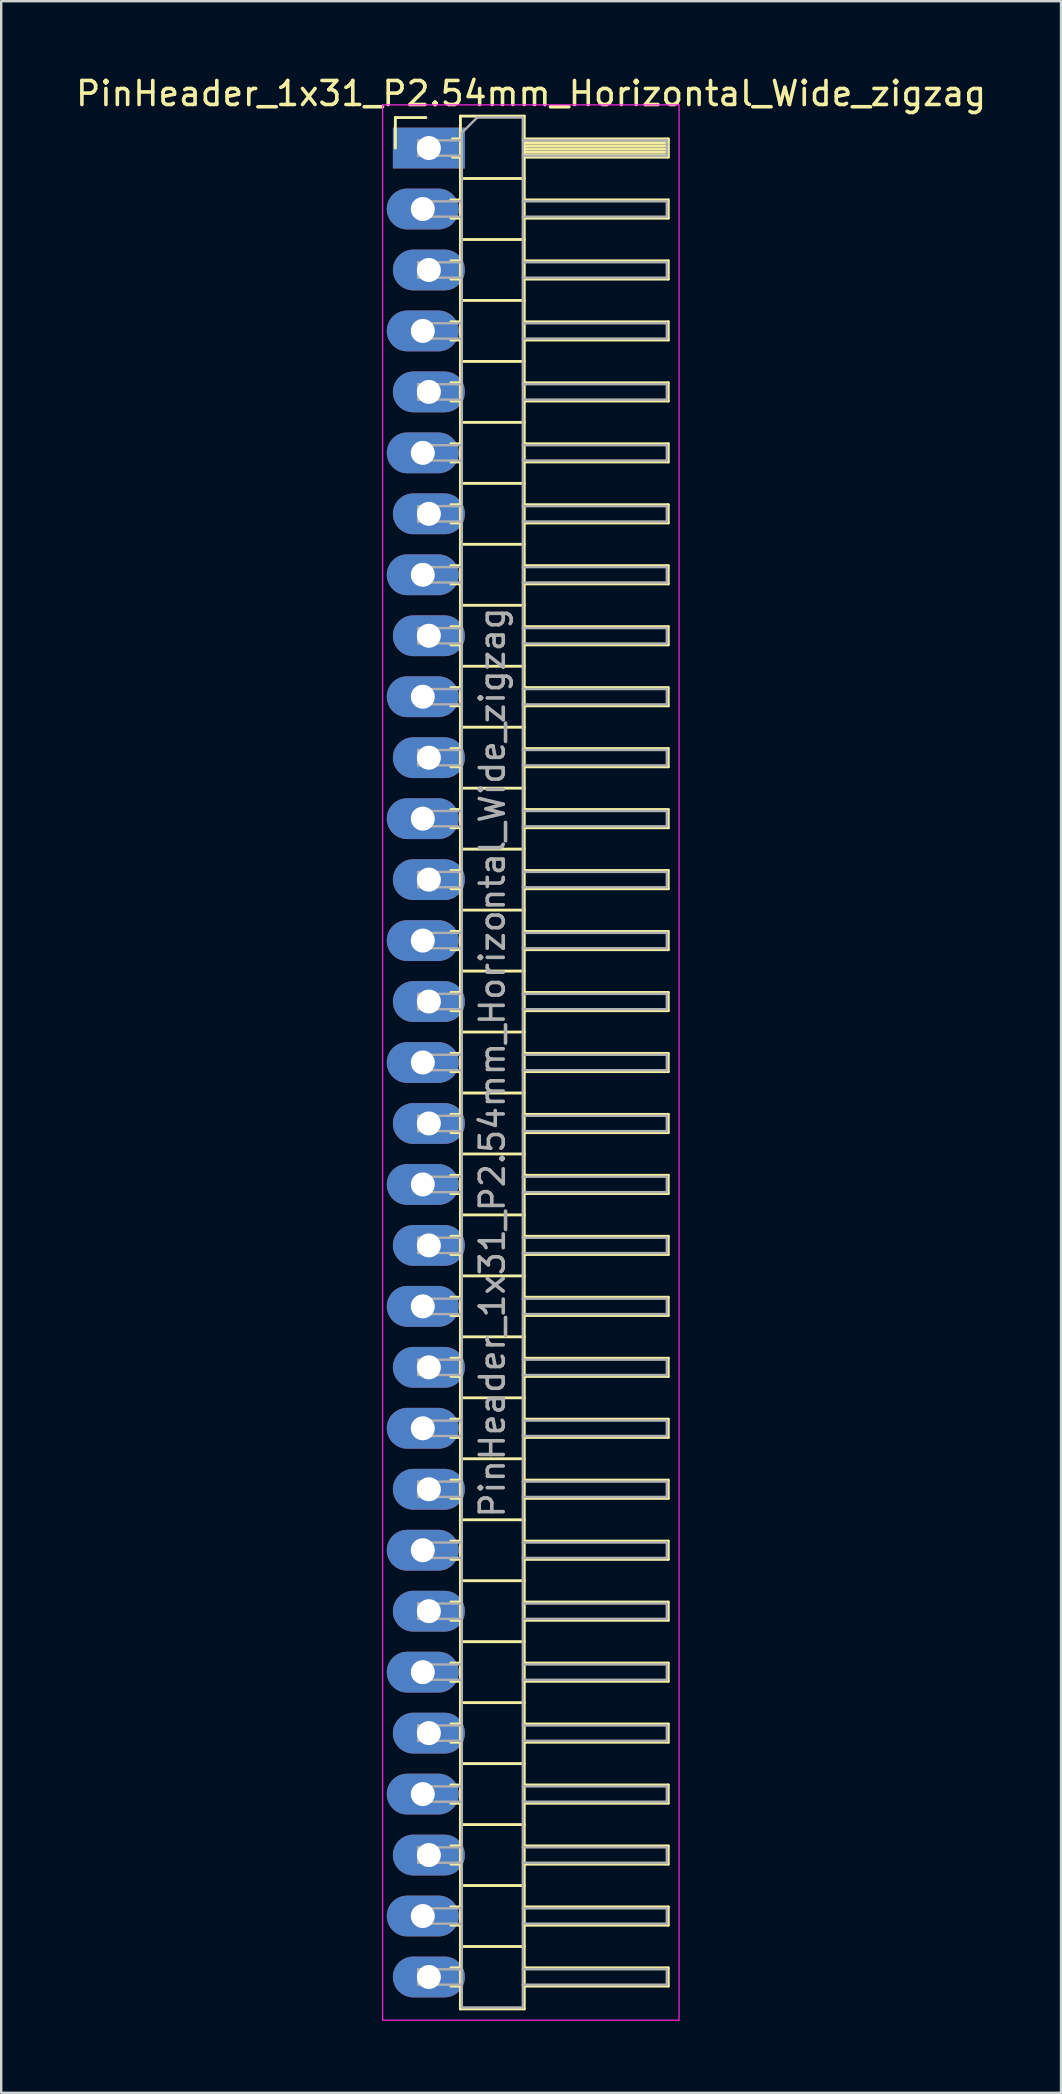
<source format=kicad_pcb>
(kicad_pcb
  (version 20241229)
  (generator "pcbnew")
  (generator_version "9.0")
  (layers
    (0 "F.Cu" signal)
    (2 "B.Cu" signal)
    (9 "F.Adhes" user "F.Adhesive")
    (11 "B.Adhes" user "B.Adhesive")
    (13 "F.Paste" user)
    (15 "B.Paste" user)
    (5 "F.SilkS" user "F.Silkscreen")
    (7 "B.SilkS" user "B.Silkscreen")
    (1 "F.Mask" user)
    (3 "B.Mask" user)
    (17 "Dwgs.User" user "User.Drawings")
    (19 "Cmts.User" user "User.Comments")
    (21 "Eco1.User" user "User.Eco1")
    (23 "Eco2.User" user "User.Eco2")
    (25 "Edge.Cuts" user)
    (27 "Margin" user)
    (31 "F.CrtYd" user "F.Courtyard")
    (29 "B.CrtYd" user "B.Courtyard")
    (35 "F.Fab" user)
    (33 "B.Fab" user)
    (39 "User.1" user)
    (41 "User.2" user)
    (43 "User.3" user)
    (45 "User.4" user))
  (footprint "PinHeader_1x31_P2.54mm_Horizontal_Wide_zigzag"
    (layer "F.Cu")
    (at 14.692 3.118)
    (property "Reference" "PinHeader_1x31_P2.54mm_Horizontal_Wide_zigzag" (at 4.385 -2.27 0) (layer "F.SilkS") (effects (font (size 1 1) (thickness 0.15))))
    (attr through_hole)
    (fp_line (start -1.27 -1.27) (end 0 -1.27) (stroke (width 0.12) (type solid)) (layer "F.SilkS"))
    (fp_line (start -1.27 0) (end -1.27 -1.27) (stroke (width 0.12) (type solid)) (layer "F.SilkS"))
    (fp_line (start 1.043 2.16) (end 1.44 2.16) (stroke (width 0.12) (type solid)) (layer "F.SilkS"))
    (fp_line (start 1.043 2.92) (end 1.44 2.92) (stroke (width 0.12) (type solid)) (layer "F.SilkS"))
    (fp_line (start 1.043 4.7) (end 1.44 4.7) (stroke (width 0.12) (type solid)) (layer "F.SilkS"))
    (fp_line (start 1.043 5.46) (end 1.44 5.46) (stroke (width 0.12) (type solid)) (layer "F.SilkS"))
    (fp_line (start 1.043 7.24) (end 1.44 7.24) (stroke (width 0.12) (type solid)) (layer "F.SilkS"))
    (fp_line (start 1.043 8) (end 1.44 8) (stroke (width 0.12) (type solid)) (layer "F.SilkS"))
    (fp_line (start 1.043 9.78) (end 1.44 9.78) (stroke (width 0.12) (type solid)) (layer "F.SilkS"))
    (fp_line (start 1.043 10.54) (end 1.44 10.54) (stroke (width 0.12) (type solid)) (layer "F.SilkS"))
    (fp_line (start 1.043 12.32) (end 1.44 12.32) (stroke (width 0.12) (type solid)) (layer "F.SilkS"))
    (fp_line (start 1.043 13.08) (end 1.44 13.08) (stroke (width 0.12) (type solid)) (layer "F.SilkS"))
    (fp_line (start 1.043 14.86) (end 1.44 14.86) (stroke (width 0.12) (type solid)) (layer "F.SilkS"))
    (fp_line (start 1.043 15.62) (end 1.44 15.62) (stroke (width 0.12) (type solid)) (layer "F.SilkS"))
    (fp_line (start 1.043 17.4) (end 1.44 17.4) (stroke (width 0.12) (type solid)) (layer "F.SilkS"))
    (fp_line (start 1.043 18.16) (end 1.44 18.16) (stroke (width 0.12) (type solid)) (layer "F.SilkS"))
    (fp_line (start 1.043 19.94) (end 1.44 19.94) (stroke (width 0.12) (type solid)) (layer "F.SilkS"))
    (fp_line (start 1.043 20.7) (end 1.44 20.7) (stroke (width 0.12) (type solid)) (layer "F.SilkS"))
    (fp_line (start 1.043 22.48) (end 1.44 22.48) (stroke (width 0.12) (type solid)) (layer "F.SilkS"))
    (fp_line (start 1.043 23.24) (end 1.44 23.24) (stroke (width 0.12) (type solid)) (layer "F.SilkS"))
    (fp_line (start 1.043 25.02) (end 1.44 25.02) (stroke (width 0.12) (type solid)) (layer "F.SilkS"))
    (fp_line (start 1.043 25.78) (end 1.44 25.78) (stroke (width 0.12) (type solid)) (layer "F.SilkS"))
    (fp_line (start 1.043 27.56) (end 1.44 27.56) (stroke (width 0.12) (type solid)) (layer "F.SilkS"))
    (fp_line (start 1.043 28.32) (end 1.44 28.32) (stroke (width 0.12) (type solid)) (layer "F.SilkS"))
    (fp_line (start 1.043 30.1) (end 1.44 30.1) (stroke (width 0.12) (type solid)) (layer "F.SilkS"))
    (fp_line (start 1.043 30.86) (end 1.44 30.86) (stroke (width 0.12) (type solid)) (layer "F.SilkS"))
    (fp_line (start 1.043 32.64) (end 1.44 32.64) (stroke (width 0.12) (type solid)) (layer "F.SilkS"))
    (fp_line (start 1.043 33.4) (end 1.44 33.4) (stroke (width 0.12) (type solid)) (layer "F.SilkS"))
    (fp_line (start 1.043 35.18) (end 1.44 35.18) (stroke (width 0.12) (type solid)) (layer "F.SilkS"))
    (fp_line (start 1.043 35.94) (end 1.44 35.94) (stroke (width 0.12) (type solid)) (layer "F.SilkS"))
    (fp_line (start 1.043 37.72) (end 1.44 37.72) (stroke (width 0.12) (type solid)) (layer "F.SilkS"))
    (fp_line (start 1.043 38.48) (end 1.44 38.48) (stroke (width 0.12) (type solid)) (layer "F.SilkS"))
    (fp_line (start 1.043 40.26) (end 1.44 40.26) (stroke (width 0.12) (type solid)) (layer "F.SilkS"))
    (fp_line (start 1.043 41.02) (end 1.44 41.02) (stroke (width 0.12) (type solid)) (layer "F.SilkS"))
    (fp_line (start 1.043 42.8) (end 1.44 42.8) (stroke (width 0.12) (type solid)) (layer "F.SilkS"))
    (fp_line (start 1.043 43.56) (end 1.44 43.56) (stroke (width 0.12) (type solid)) (layer "F.SilkS"))
    (fp_line (start 1.043 45.34) (end 1.44 45.34) (stroke (width 0.12) (type solid)) (layer "F.SilkS"))
    (fp_line (start 1.043 46.1) (end 1.44 46.1) (stroke (width 0.12) (type solid)) (layer "F.SilkS"))
    (fp_line (start 1.043 47.88) (end 1.44 47.88) (stroke (width 0.12) (type solid)) (layer "F.SilkS"))
    (fp_line (start 1.043 48.64) (end 1.44 48.64) (stroke (width 0.12) (type solid)) (layer "F.SilkS"))
    (fp_line (start 1.043 50.42) (end 1.44 50.42) (stroke (width 0.12) (type solid)) (layer "F.SilkS"))
    (fp_line (start 1.043 51.18) (end 1.44 51.18) (stroke (width 0.12) (type solid)) (layer "F.SilkS"))
    (fp_line (start 1.043 52.96) (end 1.44 52.96) (stroke (width 0.12) (type solid)) (layer "F.SilkS"))
    (fp_line (start 1.043 53.72) (end 1.44 53.72) (stroke (width 0.12) (type solid)) (layer "F.SilkS"))
    (fp_line (start 1.043 55.5) (end 1.44 55.5) (stroke (width 0.12) (type solid)) (layer "F.SilkS"))
    (fp_line (start 1.043 56.26) (end 1.44 56.26) (stroke (width 0.12) (type solid)) (layer "F.SilkS"))
    (fp_line (start 1.043 58.04) (end 1.44 58.04) (stroke (width 0.12) (type solid)) (layer "F.SilkS"))
    (fp_line (start 1.043 58.8) (end 1.44 58.8) (stroke (width 0.12) (type solid)) (layer "F.SilkS"))
    (fp_line (start 1.043 60.58) (end 1.44 60.58) (stroke (width 0.12) (type solid)) (layer "F.SilkS"))
    (fp_line (start 1.043 61.34) (end 1.44 61.34) (stroke (width 0.12) (type solid)) (layer "F.SilkS"))
    (fp_line (start 1.043 63.12) (end 1.44 63.12) (stroke (width 0.12) (type solid)) (layer "F.SilkS"))
    (fp_line (start 1.043 63.88) (end 1.44 63.88) (stroke (width 0.12) (type solid)) (layer "F.SilkS"))
    (fp_line (start 1.043 65.66) (end 1.44 65.66) (stroke (width 0.12) (type solid)) (layer "F.SilkS"))
    (fp_line (start 1.043 66.42) (end 1.44 66.42) (stroke (width 0.12) (type solid)) (layer "F.SilkS"))
    (fp_line (start 1.043 68.2) (end 1.44 68.2) (stroke (width 0.12) (type solid)) (layer "F.SilkS"))
    (fp_line (start 1.043 68.96) (end 1.44 68.96) (stroke (width 0.12) (type solid)) (layer "F.SilkS"))
    (fp_line (start 1.043 70.74) (end 1.44 70.74) (stroke (width 0.12) (type solid)) (layer "F.SilkS"))
    (fp_line (start 1.043 71.5) (end 1.44 71.5) (stroke (width 0.12) (type solid)) (layer "F.SilkS"))
    (fp_line (start 1.043 73.28) (end 1.44 73.28) (stroke (width 0.12) (type solid)) (layer "F.SilkS"))
    (fp_line (start 1.043 74.04) (end 1.44 74.04) (stroke (width 0.12) (type solid)) (layer "F.SilkS"))
    (fp_line (start 1.043 75.82) (end 1.44 75.82) (stroke (width 0.12) (type solid)) (layer "F.SilkS"))
    (fp_line (start 1.043 76.58) (end 1.44 76.58) (stroke (width 0.12) (type solid)) (layer "F.SilkS"))
    (fp_line (start 1.11 -0.38) (end 1.44 -0.38) (stroke (width 0.12) (type solid)) (layer "F.SilkS"))
    (fp_line (start 1.11 0.38) (end 1.44 0.38) (stroke (width 0.12) (type solid)) (layer "F.SilkS"))
    (fp_line (start 1.44 -1.33) (end 1.44 77.53) (stroke (width 0.12) (type solid)) (layer "F.SilkS"))
    (fp_line (start 1.44 1.27) (end 4.1 1.27) (stroke (width 0.12) (type solid)) (layer "F.SilkS"))
    (fp_line (start 1.44 3.81) (end 4.1 3.81) (stroke (width 0.12) (type solid)) (layer "F.SilkS"))
    (fp_line (start 1.44 6.35) (end 4.1 6.35) (stroke (width 0.12) (type solid)) (layer "F.SilkS"))
    (fp_line (start 1.44 8.89) (end 4.1 8.89) (stroke (width 0.12) (type solid)) (layer "F.SilkS"))
    (fp_line (start 1.44 11.43) (end 4.1 11.43) (stroke (width 0.12) (type solid)) (layer "F.SilkS"))
    (fp_line (start 1.44 13.97) (end 4.1 13.97) (stroke (width 0.12) (type solid)) (layer "F.SilkS"))
    (fp_line (start 1.44 16.51) (end 4.1 16.51) (stroke (width 0.12) (type solid)) (layer "F.SilkS"))
    (fp_line (start 1.44 19.05) (end 4.1 19.05) (stroke (width 0.12) (type solid)) (layer "F.SilkS"))
    (fp_line (start 1.44 21.59) (end 4.1 21.59) (stroke (width 0.12) (type solid)) (layer "F.SilkS"))
    (fp_line (start 1.44 24.13) (end 4.1 24.13) (stroke (width 0.12) (type solid)) (layer "F.SilkS"))
    (fp_line (start 1.44 26.67) (end 4.1 26.67) (stroke (width 0.12) (type solid)) (layer "F.SilkS"))
    (fp_line (start 1.44 29.21) (end 4.1 29.21) (stroke (width 0.12) (type solid)) (layer "F.SilkS"))
    (fp_line (start 1.44 31.75) (end 4.1 31.75) (stroke (width 0.12) (type solid)) (layer "F.SilkS"))
    (fp_line (start 1.44 34.29) (end 4.1 34.29) (stroke (width 0.12) (type solid)) (layer "F.SilkS"))
    (fp_line (start 1.44 36.83) (end 4.1 36.83) (stroke (width 0.12) (type solid)) (layer "F.SilkS"))
    (fp_line (start 1.44 39.37) (end 4.1 39.37) (stroke (width 0.12) (type solid)) (layer "F.SilkS"))
    (fp_line (start 1.44 41.91) (end 4.1 41.91) (stroke (width 0.12) (type solid)) (layer "F.SilkS"))
    (fp_line (start 1.44 44.45) (end 4.1 44.45) (stroke (width 0.12) (type solid)) (layer "F.SilkS"))
    (fp_line (start 1.44 46.99) (end 4.1 46.99) (stroke (width 0.12) (type solid)) (layer "F.SilkS"))
    (fp_line (start 1.44 49.53) (end 4.1 49.53) (stroke (width 0.12) (type solid)) (layer "F.SilkS"))
    (fp_line (start 1.44 52.07) (end 4.1 52.07) (stroke (width 0.12) (type solid)) (layer "F.SilkS"))
    (fp_line (start 1.44 54.61) (end 4.1 54.61) (stroke (width 0.12) (type solid)) (layer "F.SilkS"))
    (fp_line (start 1.44 57.15) (end 4.1 57.15) (stroke (width 0.12) (type solid)) (layer "F.SilkS"))
    (fp_line (start 1.44 59.69) (end 4.1 59.69) (stroke (width 0.12) (type solid)) (layer "F.SilkS"))
    (fp_line (start 1.44 62.23) (end 4.1 62.23) (stroke (width 0.12) (type solid)) (layer "F.SilkS"))
    (fp_line (start 1.44 64.77) (end 4.1 64.77) (stroke (width 0.12) (type solid)) (layer "F.SilkS"))
    (fp_line (start 1.44 67.31) (end 4.1 67.31) (stroke (width 0.12) (type solid)) (layer "F.SilkS"))
    (fp_line (start 1.44 69.85) (end 4.1 69.85) (stroke (width 0.12) (type solid)) (layer "F.SilkS"))
    (fp_line (start 1.44 72.39) (end 4.1 72.39) (stroke (width 0.12) (type solid)) (layer "F.SilkS"))
    (fp_line (start 1.44 74.93) (end 4.1 74.93) (stroke (width 0.12) (type solid)) (layer "F.SilkS"))
    (fp_line (start 1.44 77.53) (end 4.1 77.53) (stroke (width 0.12) (type solid)) (layer "F.SilkS"))
    (fp_line (start 4.1 -1.33) (end 1.44 -1.33) (stroke (width 0.12) (type solid)) (layer "F.SilkS"))
    (fp_line (start 4.1 -0.38) (end 10.1 -0.38) (stroke (width 0.12) (type solid)) (layer "F.SilkS"))
    (fp_line (start 4.1 -0.32) (end 10.1 -0.32) (stroke (width 0.12) (type solid)) (layer "F.SilkS"))
    (fp_line (start 4.1 -0.2) (end 10.1 -0.2) (stroke (width 0.12) (type solid)) (layer "F.SilkS"))
    (fp_line (start 4.1 -0.08) (end 10.1 -0.08) (stroke (width 0.12) (type solid)) (layer "F.SilkS"))
    (fp_line (start 4.1 0.04) (end 10.1 0.04) (stroke (width 0.12) (type solid)) (layer "F.SilkS"))
    (fp_line (start 4.1 0.16) (end 10.1 0.16) (stroke (width 0.12) (type solid)) (layer "F.SilkS"))
    (fp_line (start 4.1 0.28) (end 10.1 0.28) (stroke (width 0.12) (type solid)) (layer "F.SilkS"))
    (fp_line (start 4.1 2.16) (end 10.1 2.16) (stroke (width 0.12) (type solid)) (layer "F.SilkS"))
    (fp_line (start 4.1 4.7) (end 10.1 4.7) (stroke (width 0.12) (type solid)) (layer "F.SilkS"))
    (fp_line (start 4.1 7.24) (end 10.1 7.24) (stroke (width 0.12) (type solid)) (layer "F.SilkS"))
    (fp_line (start 4.1 9.78) (end 10.1 9.78) (stroke (width 0.12) (type solid)) (layer "F.SilkS"))
    (fp_line (start 4.1 12.32) (end 10.1 12.32) (stroke (width 0.12) (type solid)) (layer "F.SilkS"))
    (fp_line (start 4.1 14.86) (end 10.1 14.86) (stroke (width 0.12) (type solid)) (layer "F.SilkS"))
    (fp_line (start 4.1 17.4) (end 10.1 17.4) (stroke (width 0.12) (type solid)) (layer "F.SilkS"))
    (fp_line (start 4.1 19.94) (end 10.1 19.94) (stroke (width 0.12) (type solid)) (layer "F.SilkS"))
    (fp_line (start 4.1 22.48) (end 10.1 22.48) (stroke (width 0.12) (type solid)) (layer "F.SilkS"))
    (fp_line (start 4.1 25.02) (end 10.1 25.02) (stroke (width 0.12) (type solid)) (layer "F.SilkS"))
    (fp_line (start 4.1 27.56) (end 10.1 27.56) (stroke (width 0.12) (type solid)) (layer "F.SilkS"))
    (fp_line (start 4.1 30.1) (end 10.1 30.1) (stroke (width 0.12) (type solid)) (layer "F.SilkS"))
    (fp_line (start 4.1 32.64) (end 10.1 32.64) (stroke (width 0.12) (type solid)) (layer "F.SilkS"))
    (fp_line (start 4.1 35.18) (end 10.1 35.18) (stroke (width 0.12) (type solid)) (layer "F.SilkS"))
    (fp_line (start 4.1 37.72) (end 10.1 37.72) (stroke (width 0.12) (type solid)) (layer "F.SilkS"))
    (fp_line (start 4.1 40.26) (end 10.1 40.26) (stroke (width 0.12) (type solid)) (layer "F.SilkS"))
    (fp_line (start 4.1 42.8) (end 10.1 42.8) (stroke (width 0.12) (type solid)) (layer "F.SilkS"))
    (fp_line (start 4.1 45.34) (end 10.1 45.34) (stroke (width 0.12) (type solid)) (layer "F.SilkS"))
    (fp_line (start 4.1 47.88) (end 10.1 47.88) (stroke (width 0.12) (type solid)) (layer "F.SilkS"))
    (fp_line (start 4.1 50.42) (end 10.1 50.42) (stroke (width 0.12) (type solid)) (layer "F.SilkS"))
    (fp_line (start 4.1 52.96) (end 10.1 52.96) (stroke (width 0.12) (type solid)) (layer "F.SilkS"))
    (fp_line (start 4.1 55.5) (end 10.1 55.5) (stroke (width 0.12) (type solid)) (layer "F.SilkS"))
    (fp_line (start 4.1 58.04) (end 10.1 58.04) (stroke (width 0.12) (type solid)) (layer "F.SilkS"))
    (fp_line (start 4.1 60.58) (end 10.1 60.58) (stroke (width 0.12) (type solid)) (layer "F.SilkS"))
    (fp_line (start 4.1 63.12) (end 10.1 63.12) (stroke (width 0.12) (type solid)) (layer "F.SilkS"))
    (fp_line (start 4.1 65.66) (end 10.1 65.66) (stroke (width 0.12) (type solid)) (layer "F.SilkS"))
    (fp_line (start 4.1 68.2) (end 10.1 68.2) (stroke (width 0.12) (type solid)) (layer "F.SilkS"))
    (fp_line (start 4.1 70.74) (end 10.1 70.74) (stroke (width 0.12) (type solid)) (layer "F.SilkS"))
    (fp_line (start 4.1 73.28) (end 10.1 73.28) (stroke (width 0.12) (type solid)) (layer "F.SilkS"))
    (fp_line (start 4.1 75.82) (end 10.1 75.82) (stroke (width 0.12) (type solid)) (layer "F.SilkS"))
    (fp_line (start 4.1 77.53) (end 4.1 -1.33) (stroke (width 0.12) (type solid)) (layer "F.SilkS"))
    (fp_line (start 10.1 -0.38) (end 10.1 0.38) (stroke (width 0.12) (type solid)) (layer "F.SilkS"))
    (fp_line (start 10.1 0.38) (end 4.1 0.38) (stroke (width 0.12) (type solid)) (layer "F.SilkS"))
    (fp_line (start 10.1 2.16) (end 10.1 2.92) (stroke (width 0.12) (type solid)) (layer "F.SilkS"))
    (fp_line (start 10.1 2.92) (end 4.1 2.92) (stroke (width 0.12) (type solid)) (layer "F.SilkS"))
    (fp_line (start 10.1 4.7) (end 10.1 5.46) (stroke (width 0.12) (type solid)) (layer "F.SilkS"))
    (fp_line (start 10.1 5.46) (end 4.1 5.46) (stroke (width 0.12) (type solid)) (layer "F.SilkS"))
    (fp_line (start 10.1 7.24) (end 10.1 8) (stroke (width 0.12) (type solid)) (layer "F.SilkS"))
    (fp_line (start 10.1 8) (end 4.1 8) (stroke (width 0.12) (type solid)) (layer "F.SilkS"))
    (fp_line (start 10.1 9.78) (end 10.1 10.54) (stroke (width 0.12) (type solid)) (layer "F.SilkS"))
    (fp_line (start 10.1 10.54) (end 4.1 10.54) (stroke (width 0.12) (type solid)) (layer "F.SilkS"))
    (fp_line (start 10.1 12.32) (end 10.1 13.08) (stroke (width 0.12) (type solid)) (layer "F.SilkS"))
    (fp_line (start 10.1 13.08) (end 4.1 13.08) (stroke (width 0.12) (type solid)) (layer "F.SilkS"))
    (fp_line (start 10.1 14.86) (end 10.1 15.62) (stroke (width 0.12) (type solid)) (layer "F.SilkS"))
    (fp_line (start 10.1 15.62) (end 4.1 15.62) (stroke (width 0.12) (type solid)) (layer "F.SilkS"))
    (fp_line (start 10.1 17.4) (end 10.1 18.16) (stroke (width 0.12) (type solid)) (layer "F.SilkS"))
    (fp_line (start 10.1 18.16) (end 4.1 18.16) (stroke (width 0.12) (type solid)) (layer "F.SilkS"))
    (fp_line (start 10.1 19.94) (end 10.1 20.7) (stroke (width 0.12) (type solid)) (layer "F.SilkS"))
    (fp_line (start 10.1 20.7) (end 4.1 20.7) (stroke (width 0.12) (type solid)) (layer "F.SilkS"))
    (fp_line (start 10.1 22.48) (end 10.1 23.24) (stroke (width 0.12) (type solid)) (layer "F.SilkS"))
    (fp_line (start 10.1 23.24) (end 4.1 23.24) (stroke (width 0.12) (type solid)) (layer "F.SilkS"))
    (fp_line (start 10.1 25.02) (end 10.1 25.78) (stroke (width 0.12) (type solid)) (layer "F.SilkS"))
    (fp_line (start 10.1 25.78) (end 4.1 25.78) (stroke (width 0.12) (type solid)) (layer "F.SilkS"))
    (fp_line (start 10.1 27.56) (end 10.1 28.32) (stroke (width 0.12) (type solid)) (layer "F.SilkS"))
    (fp_line (start 10.1 28.32) (end 4.1 28.32) (stroke (width 0.12) (type solid)) (layer "F.SilkS"))
    (fp_line (start 10.1 30.1) (end 10.1 30.86) (stroke (width 0.12) (type solid)) (layer "F.SilkS"))
    (fp_line (start 10.1 30.86) (end 4.1 30.86) (stroke (width 0.12) (type solid)) (layer "F.SilkS"))
    (fp_line (start 10.1 32.64) (end 10.1 33.4) (stroke (width 0.12) (type solid)) (layer "F.SilkS"))
    (fp_line (start 10.1 33.4) (end 4.1 33.4) (stroke (width 0.12) (type solid)) (layer "F.SilkS"))
    (fp_line (start 10.1 35.18) (end 10.1 35.94) (stroke (width 0.12) (type solid)) (layer "F.SilkS"))
    (fp_line (start 10.1 35.94) (end 4.1 35.94) (stroke (width 0.12) (type solid)) (layer "F.SilkS"))
    (fp_line (start 10.1 37.72) (end 10.1 38.48) (stroke (width 0.12) (type solid)) (layer "F.SilkS"))
    (fp_line (start 10.1 38.48) (end 4.1 38.48) (stroke (width 0.12) (type solid)) (layer "F.SilkS"))
    (fp_line (start 10.1 40.26) (end 10.1 41.02) (stroke (width 0.12) (type solid)) (layer "F.SilkS"))
    (fp_line (start 10.1 41.02) (end 4.1 41.02) (stroke (width 0.12) (type solid)) (layer "F.SilkS"))
    (fp_line (start 10.1 42.8) (end 10.1 43.56) (stroke (width 0.12) (type solid)) (layer "F.SilkS"))
    (fp_line (start 10.1 43.56) (end 4.1 43.56) (stroke (width 0.12) (type solid)) (layer "F.SilkS"))
    (fp_line (start 10.1 45.34) (end 10.1 46.1) (stroke (width 0.12) (type solid)) (layer "F.SilkS"))
    (fp_line (start 10.1 46.1) (end 4.1 46.1) (stroke (width 0.12) (type solid)) (layer "F.SilkS"))
    (fp_line (start 10.1 47.88) (end 10.1 48.64) (stroke (width 0.12) (type solid)) (layer "F.SilkS"))
    (fp_line (start 10.1 48.64) (end 4.1 48.64) (stroke (width 0.12) (type solid)) (layer "F.SilkS"))
    (fp_line (start 10.1 50.42) (end 10.1 51.18) (stroke (width 0.12) (type solid)) (layer "F.SilkS"))
    (fp_line (start 10.1 51.18) (end 4.1 51.18) (stroke (width 0.12) (type solid)) (layer "F.SilkS"))
    (fp_line (start 10.1 52.96) (end 10.1 53.72) (stroke (width 0.12) (type solid)) (layer "F.SilkS"))
    (fp_line (start 10.1 53.72) (end 4.1 53.72) (stroke (width 0.12) (type solid)) (layer "F.SilkS"))
    (fp_line (start 10.1 55.5) (end 10.1 56.26) (stroke (width 0.12) (type solid)) (layer "F.SilkS"))
    (fp_line (start 10.1 56.26) (end 4.1 56.26) (stroke (width 0.12) (type solid)) (layer "F.SilkS"))
    (fp_line (start 10.1 58.04) (end 10.1 58.8) (stroke (width 0.12) (type solid)) (layer "F.SilkS"))
    (fp_line (start 10.1 58.8) (end 4.1 58.8) (stroke (width 0.12) (type solid)) (layer "F.SilkS"))
    (fp_line (start 10.1 60.58) (end 10.1 61.34) (stroke (width 0.12) (type solid)) (layer "F.SilkS"))
    (fp_line (start 10.1 61.34) (end 4.1 61.34) (stroke (width 0.12) (type solid)) (layer "F.SilkS"))
    (fp_line (start 10.1 63.12) (end 10.1 63.88) (stroke (width 0.12) (type solid)) (layer "F.SilkS"))
    (fp_line (start 10.1 63.88) (end 4.1 63.88) (stroke (width 0.12) (type solid)) (layer "F.SilkS"))
    (fp_line (start 10.1 65.66) (end 10.1 66.42) (stroke (width 0.12) (type solid)) (layer "F.SilkS"))
    (fp_line (start 10.1 66.42) (end 4.1 66.42) (stroke (width 0.12) (type solid)) (layer "F.SilkS"))
    (fp_line (start 10.1 68.2) (end 10.1 68.96) (stroke (width 0.12) (type solid)) (layer "F.SilkS"))
    (fp_line (start 10.1 68.96) (end 4.1 68.96) (stroke (width 0.12) (type solid)) (layer "F.SilkS"))
    (fp_line (start 10.1 70.74) (end 10.1 71.5) (stroke (width 0.12) (type solid)) (layer "F.SilkS"))
    (fp_line (start 10.1 71.5) (end 4.1 71.5) (stroke (width 0.12) (type solid)) (layer "F.SilkS"))
    (fp_line (start 10.1 73.28) (end 10.1 74.04) (stroke (width 0.12) (type solid)) (layer "F.SilkS"))
    (fp_line (start 10.1 74.04) (end 4.1 74.04) (stroke (width 0.12) (type solid)) (layer "F.SilkS"))
    (fp_line (start 10.1 75.82) (end 10.1 76.58) (stroke (width 0.12) (type solid)) (layer "F.SilkS"))
    (fp_line (start 10.1 76.58) (end 4.1 76.58) (stroke (width 0.12) (type solid)) (layer "F.SilkS"))
    (fp_line (start -1.8 -1.8) (end -1.8 78) (stroke (width 0.05) (type solid)) (layer "F.CrtYd"))
    (fp_line (start -1.8 78) (end 10.55 78) (stroke (width 0.05) (type solid)) (layer "F.CrtYd"))
    (fp_line (start 10.55 -1.8) (end -1.8 -1.8) (stroke (width 0.05) (type solid)) (layer "F.CrtYd"))
    (fp_line (start 10.55 78) (end 10.55 -1.8) (stroke (width 0.05) (type solid)) (layer "F.CrtYd"))
    (fp_line (start -0.32 -0.32) (end -0.32 0.32) (stroke (width 0.1) (type solid)) (layer "F.Fab"))
    (fp_line (start -0.32 -0.32) (end 1.5 -0.32) (stroke (width 0.1) (type solid)) (layer "F.Fab"))
    (fp_line (start -0.32 0.32) (end 1.5 0.32) (stroke (width 0.1) (type solid)) (layer "F.Fab"))
    (fp_line (start -0.32 2.22) (end -0.32 2.86) (stroke (width 0.1) (type solid)) (layer "F.Fab"))
    (fp_line (start -0.32 2.22) (end 1.5 2.22) (stroke (width 0.1) (type solid)) (layer "F.Fab"))
    (fp_line (start -0.32 2.86) (end 1.5 2.86) (stroke (width 0.1) (type solid)) (layer "F.Fab"))
    (fp_line (start -0.32 4.76) (end -0.32 5.4) (stroke (width 0.1) (type solid)) (layer "F.Fab"))
    (fp_line (start -0.32 4.76) (end 1.5 4.76) (stroke (width 0.1) (type solid)) (layer "F.Fab"))
    (fp_line (start -0.32 5.4) (end 1.5 5.4) (stroke (width 0.1) (type solid)) (layer "F.Fab"))
    (fp_line (start -0.32 7.3) (end -0.32 7.94) (stroke (width 0.1) (type solid)) (layer "F.Fab"))
    (fp_line (start -0.32 7.3) (end 1.5 7.3) (stroke (width 0.1) (type solid)) (layer "F.Fab"))
    (fp_line (start -0.32 7.94) (end 1.5 7.94) (stroke (width 0.1) (type solid)) (layer "F.Fab"))
    (fp_line (start -0.32 9.84) (end -0.32 10.48) (stroke (width 0.1) (type solid)) (layer "F.Fab"))
    (fp_line (start -0.32 9.84) (end 1.5 9.84) (stroke (width 0.1) (type solid)) (layer "F.Fab"))
    (fp_line (start -0.32 10.48) (end 1.5 10.48) (stroke (width 0.1) (type solid)) (layer "F.Fab"))
    (fp_line (start -0.32 12.38) (end -0.32 13.02) (stroke (width 0.1) (type solid)) (layer "F.Fab"))
    (fp_line (start -0.32 12.38) (end 1.5 12.38) (stroke (width 0.1) (type solid)) (layer "F.Fab"))
    (fp_line (start -0.32 13.02) (end 1.5 13.02) (stroke (width 0.1) (type solid)) (layer "F.Fab"))
    (fp_line (start -0.32 14.92) (end -0.32 15.56) (stroke (width 0.1) (type solid)) (layer "F.Fab"))
    (fp_line (start -0.32 14.92) (end 1.5 14.92) (stroke (width 0.1) (type solid)) (layer "F.Fab"))
    (fp_line (start -0.32 15.56) (end 1.5 15.56) (stroke (width 0.1) (type solid)) (layer "F.Fab"))
    (fp_line (start -0.32 17.46) (end -0.32 18.1) (stroke (width 0.1) (type solid)) (layer "F.Fab"))
    (fp_line (start -0.32 17.46) (end 1.5 17.46) (stroke (width 0.1) (type solid)) (layer "F.Fab"))
    (fp_line (start -0.32 18.1) (end 1.5 18.1) (stroke (width 0.1) (type solid)) (layer "F.Fab"))
    (fp_line (start -0.32 20) (end -0.32 20.64) (stroke (width 0.1) (type solid)) (layer "F.Fab"))
    (fp_line (start -0.32 20) (end 1.5 20) (stroke (width 0.1) (type solid)) (layer "F.Fab"))
    (fp_line (start -0.32 20.64) (end 1.5 20.64) (stroke (width 0.1) (type solid)) (layer "F.Fab"))
    (fp_line (start -0.32 22.54) (end -0.32 23.18) (stroke (width 0.1) (type solid)) (layer "F.Fab"))
    (fp_line (start -0.32 22.54) (end 1.5 22.54) (stroke (width 0.1) (type solid)) (layer "F.Fab"))
    (fp_line (start -0.32 23.18) (end 1.5 23.18) (stroke (width 0.1) (type solid)) (layer "F.Fab"))
    (fp_line (start -0.32 25.08) (end -0.32 25.72) (stroke (width 0.1) (type solid)) (layer "F.Fab"))
    (fp_line (start -0.32 25.08) (end 1.5 25.08) (stroke (width 0.1) (type solid)) (layer "F.Fab"))
    (fp_line (start -0.32 25.72) (end 1.5 25.72) (stroke (width 0.1) (type solid)) (layer "F.Fab"))
    (fp_line (start -0.32 27.62) (end -0.32 28.26) (stroke (width 0.1) (type solid)) (layer "F.Fab"))
    (fp_line (start -0.32 27.62) (end 1.5 27.62) (stroke (width 0.1) (type solid)) (layer "F.Fab"))
    (fp_line (start -0.32 28.26) (end 1.5 28.26) (stroke (width 0.1) (type solid)) (layer "F.Fab"))
    (fp_line (start -0.32 30.16) (end -0.32 30.8) (stroke (width 0.1) (type solid)) (layer "F.Fab"))
    (fp_line (start -0.32 30.16) (end 1.5 30.16) (stroke (width 0.1) (type solid)) (layer "F.Fab"))
    (fp_line (start -0.32 30.8) (end 1.5 30.8) (stroke (width 0.1) (type solid)) (layer "F.Fab"))
    (fp_line (start -0.32 32.7) (end -0.32 33.34) (stroke (width 0.1) (type solid)) (layer "F.Fab"))
    (fp_line (start -0.32 32.7) (end 1.5 32.7) (stroke (width 0.1) (type solid)) (layer "F.Fab"))
    (fp_line (start -0.32 33.34) (end 1.5 33.34) (stroke (width 0.1) (type solid)) (layer "F.Fab"))
    (fp_line (start -0.32 35.24) (end -0.32 35.88) (stroke (width 0.1) (type solid)) (layer "F.Fab"))
    (fp_line (start -0.32 35.24) (end 1.5 35.24) (stroke (width 0.1) (type solid)) (layer "F.Fab"))
    (fp_line (start -0.32 35.88) (end 1.5 35.88) (stroke (width 0.1) (type solid)) (layer "F.Fab"))
    (fp_line (start -0.32 37.78) (end -0.32 38.42) (stroke (width 0.1) (type solid)) (layer "F.Fab"))
    (fp_line (start -0.32 37.78) (end 1.5 37.78) (stroke (width 0.1) (type solid)) (layer "F.Fab"))
    (fp_line (start -0.32 38.42) (end 1.5 38.42) (stroke (width 0.1) (type solid)) (layer "F.Fab"))
    (fp_line (start -0.32 40.32) (end -0.32 40.96) (stroke (width 0.1) (type solid)) (layer "F.Fab"))
    (fp_line (start -0.32 40.32) (end 1.5 40.32) (stroke (width 0.1) (type solid)) (layer "F.Fab"))
    (fp_line (start -0.32 40.96) (end 1.5 40.96) (stroke (width 0.1) (type solid)) (layer "F.Fab"))
    (fp_line (start -0.32 42.86) (end -0.32 43.5) (stroke (width 0.1) (type solid)) (layer "F.Fab"))
    (fp_line (start -0.32 42.86) (end 1.5 42.86) (stroke (width 0.1) (type solid)) (layer "F.Fab"))
    (fp_line (start -0.32 43.5) (end 1.5 43.5) (stroke (width 0.1) (type solid)) (layer "F.Fab"))
    (fp_line (start -0.32 45.4) (end -0.32 46.04) (stroke (width 0.1) (type solid)) (layer "F.Fab"))
    (fp_line (start -0.32 45.4) (end 1.5 45.4) (stroke (width 0.1) (type solid)) (layer "F.Fab"))
    (fp_line (start -0.32 46.04) (end 1.5 46.04) (stroke (width 0.1) (type solid)) (layer "F.Fab"))
    (fp_line (start -0.32 47.94) (end -0.32 48.58) (stroke (width 0.1) (type solid)) (layer "F.Fab"))
    (fp_line (start -0.32 47.94) (end 1.5 47.94) (stroke (width 0.1) (type solid)) (layer "F.Fab"))
    (fp_line (start -0.32 48.58) (end 1.5 48.58) (stroke (width 0.1) (type solid)) (layer "F.Fab"))
    (fp_line (start -0.32 50.48) (end -0.32 51.12) (stroke (width 0.1) (type solid)) (layer "F.Fab"))
    (fp_line (start -0.32 50.48) (end 1.5 50.48) (stroke (width 0.1) (type solid)) (layer "F.Fab"))
    (fp_line (start -0.32 51.12) (end 1.5 51.12) (stroke (width 0.1) (type solid)) (layer "F.Fab"))
    (fp_line (start -0.32 53.02) (end -0.32 53.66) (stroke (width 0.1) (type solid)) (layer "F.Fab"))
    (fp_line (start -0.32 53.02) (end 1.5 53.02) (stroke (width 0.1) (type solid)) (layer "F.Fab"))
    (fp_line (start -0.32 53.66) (end 1.5 53.66) (stroke (width 0.1) (type solid)) (layer "F.Fab"))
    (fp_line (start -0.32 55.56) (end -0.32 56.2) (stroke (width 0.1) (type solid)) (layer "F.Fab"))
    (fp_line (start -0.32 55.56) (end 1.5 55.56) (stroke (width 0.1) (type solid)) (layer "F.Fab"))
    (fp_line (start -0.32 56.2) (end 1.5 56.2) (stroke (width 0.1) (type solid)) (layer "F.Fab"))
    (fp_line (start -0.32 58.1) (end -0.32 58.74) (stroke (width 0.1) (type solid)) (layer "F.Fab"))
    (fp_line (start -0.32 58.1) (end 1.5 58.1) (stroke (width 0.1) (type solid)) (layer "F.Fab"))
    (fp_line (start -0.32 58.74) (end 1.5 58.74) (stroke (width 0.1) (type solid)) (layer "F.Fab"))
    (fp_line (start -0.32 60.64) (end -0.32 61.28) (stroke (width 0.1) (type solid)) (layer "F.Fab"))
    (fp_line (start -0.32 60.64) (end 1.5 60.64) (stroke (width 0.1) (type solid)) (layer "F.Fab"))
    (fp_line (start -0.32 61.28) (end 1.5 61.28) (stroke (width 0.1) (type solid)) (layer "F.Fab"))
    (fp_line (start -0.32 63.18) (end -0.32 63.82) (stroke (width 0.1) (type solid)) (layer "F.Fab"))
    (fp_line (start -0.32 63.18) (end 1.5 63.18) (stroke (width 0.1) (type solid)) (layer "F.Fab"))
    (fp_line (start -0.32 63.82) (end 1.5 63.82) (stroke (width 0.1) (type solid)) (layer "F.Fab"))
    (fp_line (start -0.32 65.72) (end -0.32 66.36) (stroke (width 0.1) (type solid)) (layer "F.Fab"))
    (fp_line (start -0.32 65.72) (end 1.5 65.72) (stroke (width 0.1) (type solid)) (layer "F.Fab"))
    (fp_line (start -0.32 66.36) (end 1.5 66.36) (stroke (width 0.1) (type solid)) (layer "F.Fab"))
    (fp_line (start -0.32 68.26) (end -0.32 68.9) (stroke (width 0.1) (type solid)) (layer "F.Fab"))
    (fp_line (start -0.32 68.26) (end 1.5 68.26) (stroke (width 0.1) (type solid)) (layer "F.Fab"))
    (fp_line (start -0.32 68.9) (end 1.5 68.9) (stroke (width 0.1) (type solid)) (layer "F.Fab"))
    (fp_line (start -0.32 70.8) (end -0.32 71.44) (stroke (width 0.1) (type solid)) (layer "F.Fab"))
    (fp_line (start -0.32 70.8) (end 1.5 70.8) (stroke (width 0.1) (type solid)) (layer "F.Fab"))
    (fp_line (start -0.32 71.44) (end 1.5 71.44) (stroke (width 0.1) (type solid)) (layer "F.Fab"))
    (fp_line (start -0.32 73.34) (end -0.32 73.98) (stroke (width 0.1) (type solid)) (layer "F.Fab"))
    (fp_line (start -0.32 73.34) (end 1.5 73.34) (stroke (width 0.1) (type solid)) (layer "F.Fab"))
    (fp_line (start -0.32 73.98) (end 1.5 73.98) (stroke (width 0.1) (type solid)) (layer "F.Fab"))
    (fp_line (start -0.32 75.88) (end -0.32 76.52) (stroke (width 0.1) (type solid)) (layer "F.Fab"))
    (fp_line (start -0.32 75.88) (end 1.5 75.88) (stroke (width 0.1) (type solid)) (layer "F.Fab"))
    (fp_line (start -0.32 76.52) (end 1.5 76.52) (stroke (width 0.1) (type solid)) (layer "F.Fab"))
    (fp_line (start 1.5 -0.635) (end 2.135 -1.27) (stroke (width 0.1) (type solid)) (layer "F.Fab"))
    (fp_line (start 1.5 77.47) (end 1.5 -0.635) (stroke (width 0.1) (type solid)) (layer "F.Fab"))
    (fp_line (start 2.135 -1.27) (end 4.04 -1.27) (stroke (width 0.1) (type solid)) (layer "F.Fab"))
    (fp_line (start 4.04 -1.27) (end 4.04 77.47) (stroke (width 0.1) (type solid)) (layer "F.Fab"))
    (fp_line (start 4.04 -0.32) (end 10.04 -0.32) (stroke (width 0.1) (type solid)) (layer "F.Fab"))
    (fp_line (start 4.04 0.32) (end 10.04 0.32) (stroke (width 0.1) (type solid)) (layer "F.Fab"))
    (fp_line (start 4.04 2.22) (end 10.04 2.22) (stroke (width 0.1) (type solid)) (layer "F.Fab"))
    (fp_line (start 4.04 2.86) (end 10.04 2.86) (stroke (width 0.1) (type solid)) (layer "F.Fab"))
    (fp_line (start 4.04 4.76) (end 10.04 4.76) (stroke (width 0.1) (type solid)) (layer "F.Fab"))
    (fp_line (start 4.04 5.4) (end 10.04 5.4) (stroke (width 0.1) (type solid)) (layer "F.Fab"))
    (fp_line (start 4.04 7.3) (end 10.04 7.3) (stroke (width 0.1) (type solid)) (layer "F.Fab"))
    (fp_line (start 4.04 7.94) (end 10.04 7.94) (stroke (width 0.1) (type solid)) (layer "F.Fab"))
    (fp_line (start 4.04 9.84) (end 10.04 9.84) (stroke (width 0.1) (type solid)) (layer "F.Fab"))
    (fp_line (start 4.04 10.48) (end 10.04 10.48) (stroke (width 0.1) (type solid)) (layer "F.Fab"))
    (fp_line (start 4.04 12.38) (end 10.04 12.38) (stroke (width 0.1) (type solid)) (layer "F.Fab"))
    (fp_line (start 4.04 13.02) (end 10.04 13.02) (stroke (width 0.1) (type solid)) (layer "F.Fab"))
    (fp_line (start 4.04 14.92) (end 10.04 14.92) (stroke (width 0.1) (type solid)) (layer "F.Fab"))
    (fp_line (start 4.04 15.56) (end 10.04 15.56) (stroke (width 0.1) (type solid)) (layer "F.Fab"))
    (fp_line (start 4.04 17.46) (end 10.04 17.46) (stroke (width 0.1) (type solid)) (layer "F.Fab"))
    (fp_line (start 4.04 18.1) (end 10.04 18.1) (stroke (width 0.1) (type solid)) (layer "F.Fab"))
    (fp_line (start 4.04 20) (end 10.04 20) (stroke (width 0.1) (type solid)) (layer "F.Fab"))
    (fp_line (start 4.04 20.64) (end 10.04 20.64) (stroke (width 0.1) (type solid)) (layer "F.Fab"))
    (fp_line (start 4.04 22.54) (end 10.04 22.54) (stroke (width 0.1) (type solid)) (layer "F.Fab"))
    (fp_line (start 4.04 23.18) (end 10.04 23.18) (stroke (width 0.1) (type solid)) (layer "F.Fab"))
    (fp_line (start 4.04 25.08) (end 10.04 25.08) (stroke (width 0.1) (type solid)) (layer "F.Fab"))
    (fp_line (start 4.04 25.72) (end 10.04 25.72) (stroke (width 0.1) (type solid)) (layer "F.Fab"))
    (fp_line (start 4.04 27.62) (end 10.04 27.62) (stroke (width 0.1) (type solid)) (layer "F.Fab"))
    (fp_line (start 4.04 28.26) (end 10.04 28.26) (stroke (width 0.1) (type solid)) (layer "F.Fab"))
    (fp_line (start 4.04 30.16) (end 10.04 30.16) (stroke (width 0.1) (type solid)) (layer "F.Fab"))
    (fp_line (start 4.04 30.8) (end 10.04 30.8) (stroke (width 0.1) (type solid)) (layer "F.Fab"))
    (fp_line (start 4.04 32.7) (end 10.04 32.7) (stroke (width 0.1) (type solid)) (layer "F.Fab"))
    (fp_line (start 4.04 33.34) (end 10.04 33.34) (stroke (width 0.1) (type solid)) (layer "F.Fab"))
    (fp_line (start 4.04 35.24) (end 10.04 35.24) (stroke (width 0.1) (type solid)) (layer "F.Fab"))
    (fp_line (start 4.04 35.88) (end 10.04 35.88) (stroke (width 0.1) (type solid)) (layer "F.Fab"))
    (fp_line (start 4.04 37.78) (end 10.04 37.78) (stroke (width 0.1) (type solid)) (layer "F.Fab"))
    (fp_line (start 4.04 38.42) (end 10.04 38.42) (stroke (width 0.1) (type solid)) (layer "F.Fab"))
    (fp_line (start 4.04 40.32) (end 10.04 40.32) (stroke (width 0.1) (type solid)) (layer "F.Fab"))
    (fp_line (start 4.04 40.96) (end 10.04 40.96) (stroke (width 0.1) (type solid)) (layer "F.Fab"))
    (fp_line (start 4.04 42.86) (end 10.04 42.86) (stroke (width 0.1) (type solid)) (layer "F.Fab"))
    (fp_line (start 4.04 43.5) (end 10.04 43.5) (stroke (width 0.1) (type solid)) (layer "F.Fab"))
    (fp_line (start 4.04 45.4) (end 10.04 45.4) (stroke (width 0.1) (type solid)) (layer "F.Fab"))
    (fp_line (start 4.04 46.04) (end 10.04 46.04) (stroke (width 0.1) (type solid)) (layer "F.Fab"))
    (fp_line (start 4.04 47.94) (end 10.04 47.94) (stroke (width 0.1) (type solid)) (layer "F.Fab"))
    (fp_line (start 4.04 48.58) (end 10.04 48.58) (stroke (width 0.1) (type solid)) (layer "F.Fab"))
    (fp_line (start 4.04 50.48) (end 10.04 50.48) (stroke (width 0.1) (type solid)) (layer "F.Fab"))
    (fp_line (start 4.04 51.12) (end 10.04 51.12) (stroke (width 0.1) (type solid)) (layer "F.Fab"))
    (fp_line (start 4.04 53.02) (end 10.04 53.02) (stroke (width 0.1) (type solid)) (layer "F.Fab"))
    (fp_line (start 4.04 53.66) (end 10.04 53.66) (stroke (width 0.1) (type solid)) (layer "F.Fab"))
    (fp_line (start 4.04 55.56) (end 10.04 55.56) (stroke (width 0.1) (type solid)) (layer "F.Fab"))
    (fp_line (start 4.04 56.2) (end 10.04 56.2) (stroke (width 0.1) (type solid)) (layer "F.Fab"))
    (fp_line (start 4.04 58.1) (end 10.04 58.1) (stroke (width 0.1) (type solid)) (layer "F.Fab"))
    (fp_line (start 4.04 58.74) (end 10.04 58.74) (stroke (width 0.1) (type solid)) (layer "F.Fab"))
    (fp_line (start 4.04 60.64) (end 10.04 60.64) (stroke (width 0.1) (type solid)) (layer "F.Fab"))
    (fp_line (start 4.04 61.28) (end 10.04 61.28) (stroke (width 0.1) (type solid)) (layer "F.Fab"))
    (fp_line (start 4.04 63.18) (end 10.04 63.18) (stroke (width 0.1) (type solid)) (layer "F.Fab"))
    (fp_line (start 4.04 63.82) (end 10.04 63.82) (stroke (width 0.1) (type solid)) (layer "F.Fab"))
    (fp_line (start 4.04 65.72) (end 10.04 65.72) (stroke (width 0.1) (type solid)) (layer "F.Fab"))
    (fp_line (start 4.04 66.36) (end 10.04 66.36) (stroke (width 0.1) (type solid)) (layer "F.Fab"))
    (fp_line (start 4.04 68.26) (end 10.04 68.26) (stroke (width 0.1) (type solid)) (layer "F.Fab"))
    (fp_line (start 4.04 68.9) (end 10.04 68.9) (stroke (width 0.1) (type solid)) (layer "F.Fab"))
    (fp_line (start 4.04 70.8) (end 10.04 70.8) (stroke (width 0.1) (type solid)) (layer "F.Fab"))
    (fp_line (start 4.04 71.44) (end 10.04 71.44) (stroke (width 0.1) (type solid)) (layer "F.Fab"))
    (fp_line (start 4.04 73.34) (end 10.04 73.34) (stroke (width 0.1) (type solid)) (layer "F.Fab"))
    (fp_line (start 4.04 73.98) (end 10.04 73.98) (stroke (width 0.1) (type solid)) (layer "F.Fab"))
    (fp_line (start 4.04 75.88) (end 10.04 75.88) (stroke (width 0.1) (type solid)) (layer "F.Fab"))
    (fp_line (start 4.04 76.52) (end 10.04 76.52) (stroke (width 0.1) (type solid)) (layer "F.Fab"))
    (fp_line (start 4.04 77.47) (end 1.5 77.47) (stroke (width 0.1) (type solid)) (layer "F.Fab"))
    (fp_line (start 10.04 -0.32) (end 10.04 0.32) (stroke (width 0.1) (type solid)) (layer "F.Fab"))
    (fp_line (start 10.04 2.22) (end 10.04 2.86) (stroke (width 0.1) (type solid)) (layer "F.Fab"))
    (fp_line (start 10.04 4.76) (end 10.04 5.4) (stroke (width 0.1) (type solid)) (layer "F.Fab"))
    (fp_line (start 10.04 7.3) (end 10.04 7.94) (stroke (width 0.1) (type solid)) (layer "F.Fab"))
    (fp_line (start 10.04 9.84) (end 10.04 10.48) (stroke (width 0.1) (type solid)) (layer "F.Fab"))
    (fp_line (start 10.04 12.38) (end 10.04 13.02) (stroke (width 0.1) (type solid)) (layer "F.Fab"))
    (fp_line (start 10.04 14.92) (end 10.04 15.56) (stroke (width 0.1) (type solid)) (layer "F.Fab"))
    (fp_line (start 10.04 17.46) (end 10.04 18.1) (stroke (width 0.1) (type solid)) (layer "F.Fab"))
    (fp_line (start 10.04 20) (end 10.04 20.64) (stroke (width 0.1) (type solid)) (layer "F.Fab"))
    (fp_line (start 10.04 22.54) (end 10.04 23.18) (stroke (width 0.1) (type solid)) (layer "F.Fab"))
    (fp_line (start 10.04 25.08) (end 10.04 25.72) (stroke (width 0.1) (type solid)) (layer "F.Fab"))
    (fp_line (start 10.04 27.62) (end 10.04 28.26) (stroke (width 0.1) (type solid)) (layer "F.Fab"))
    (fp_line (start 10.04 30.16) (end 10.04 30.8) (stroke (width 0.1) (type solid)) (layer "F.Fab"))
    (fp_line (start 10.04 32.7) (end 10.04 33.34) (stroke (width 0.1) (type solid)) (layer "F.Fab"))
    (fp_line (start 10.04 35.24) (end 10.04 35.88) (stroke (width 0.1) (type solid)) (layer "F.Fab"))
    (fp_line (start 10.04 37.78) (end 10.04 38.42) (stroke (width 0.1) (type solid)) (layer "F.Fab"))
    (fp_line (start 10.04 40.32) (end 10.04 40.96) (stroke (width 0.1) (type solid)) (layer "F.Fab"))
    (fp_line (start 10.04 42.86) (end 10.04 43.5) (stroke (width 0.1) (type solid)) (layer "F.Fab"))
    (fp_line (start 10.04 45.4) (end 10.04 46.04) (stroke (width 0.1) (type solid)) (layer "F.Fab"))
    (fp_line (start 10.04 47.94) (end 10.04 48.58) (stroke (width 0.1) (type solid)) (layer "F.Fab"))
    (fp_line (start 10.04 50.48) (end 10.04 51.12) (stroke (width 0.1) (type solid)) (layer "F.Fab"))
    (fp_line (start 10.04 53.02) (end 10.04 53.66) (stroke (width 0.1) (type solid)) (layer "F.Fab"))
    (fp_line (start 10.04 55.56) (end 10.04 56.2) (stroke (width 0.1) (type solid)) (layer "F.Fab"))
    (fp_line (start 10.04 58.1) (end 10.04 58.74) (stroke (width 0.1) (type solid)) (layer "F.Fab"))
    (fp_line (start 10.04 60.64) (end 10.04 61.28) (stroke (width 0.1) (type solid)) (layer "F.Fab"))
    (fp_line (start 10.04 63.18) (end 10.04 63.82) (stroke (width 0.1) (type solid)) (layer "F.Fab"))
    (fp_line (start 10.04 65.72) (end 10.04 66.36) (stroke (width 0.1) (type solid)) (layer "F.Fab"))
    (fp_line (start 10.04 68.26) (end 10.04 68.9) (stroke (width 0.1) (type solid)) (layer "F.Fab"))
    (fp_line (start 10.04 70.8) (end 10.04 71.44) (stroke (width 0.1) (type solid)) (layer "F.Fab"))
    (fp_line (start 10.04 73.34) (end 10.04 73.98) (stroke (width 0.1) (type solid)) (layer "F.Fab"))
    (fp_line (start 10.04 75.88) (end 10.04 76.52) (stroke (width 0.1) (type solid)) (layer "F.Fab"))
    (fp_text user "${REFERENCE}" (at 2.77 38.1 90) (layer "F.Fab") (effects (font (size 1 1) (thickness 0.15))))
    (pad "1" thru_hole rect (at 0.127 0) (size 3 1.7) (drill 1) (layers "*.Cu" "*.Mask"))
    (pad "2" thru_hole oval (at -0.127 2.54) (size 3 1.7) (drill 1) (layers "*.Cu" "*.Mask"))
    (pad "3" thru_hole oval (at 0.127 5.08) (size 3 1.7) (drill 1) (layers "*.Cu" "*.Mask"))
    (pad "4" thru_hole oval (at -0.127 7.62) (size 3 1.7) (drill 1) (layers "*.Cu" "*.Mask"))
    (pad "5" thru_hole oval (at 0.127 10.16) (size 3 1.7) (drill 1) (layers "*.Cu" "*.Mask"))
    (pad "6" thru_hole oval (at -0.127 12.7) (size 3 1.7) (drill 1) (layers "*.Cu" "*.Mask"))
    (pad "7" thru_hole oval (at 0.127 15.24) (size 3 1.7) (drill 1) (layers "*.Cu" "*.Mask"))
    (pad "8" thru_hole oval (at -0.127 17.78) (size 3 1.7) (drill 1) (layers "*.Cu" "*.Mask"))
    (pad "9" thru_hole oval (at 0.127 20.32) (size 3 1.7) (drill 1) (layers "*.Cu" "*.Mask"))
    (pad "10" thru_hole oval (at -0.127 22.86) (size 3 1.7) (drill 1) (layers "*.Cu" "*.Mask"))
    (pad "11" thru_hole oval (at 0.127 25.4) (size 3 1.7) (drill 1) (layers "*.Cu" "*.Mask"))
    (pad "12" thru_hole oval (at -0.127 27.94) (size 3 1.7) (drill 1) (layers "*.Cu" "*.Mask"))
    (pad "13" thru_hole oval (at 0.127 30.48) (size 3 1.7) (drill 1) (layers "*.Cu" "*.Mask"))
    (pad "14" thru_hole oval (at -0.127 33.02) (size 3 1.7) (drill 1) (layers "*.Cu" "*.Mask"))
    (pad "15" thru_hole oval (at 0.127 35.56) (size 3 1.7) (drill 1) (layers "*.Cu" "*.Mask"))
    (pad "16" thru_hole oval (at -0.127 38.1) (size 3 1.7) (drill 1) (layers "*.Cu" "*.Mask"))
    (pad "17" thru_hole oval (at 0.127 40.64) (size 3 1.7) (drill 1) (layers "*.Cu" "*.Mask"))
    (pad "18" thru_hole oval (at -0.127 43.18) (size 3 1.7) (drill 1) (layers "*.Cu" "*.Mask"))
    (pad "19" thru_hole oval (at 0.127 45.72) (size 3 1.7) (drill 1) (layers "*.Cu" "*.Mask"))
    (pad "20" thru_hole oval (at -0.127 48.26) (size 3 1.7) (drill 1) (layers "*.Cu" "*.Mask"))
    (pad "21" thru_hole oval (at 0.127 50.8) (size 3 1.7) (drill 1) (layers "*.Cu" "*.Mask"))
    (pad "22" thru_hole oval (at -0.127 53.34) (size 3 1.7) (drill 1) (layers "*.Cu" "*.Mask"))
    (pad "23" thru_hole oval (at 0.127 55.88) (size 3 1.7) (drill 1) (layers "*.Cu" "*.Mask"))
    (pad "24" thru_hole oval (at -0.127 58.42) (size 3 1.7) (drill 1) (layers "*.Cu" "*.Mask"))
    (pad "25" thru_hole oval (at 0.127 60.96) (size 3 1.7) (drill 1) (layers "*.Cu" "*.Mask"))
    (pad "26" thru_hole oval (at -0.127 63.5) (size 3 1.7) (drill 1) (layers "*.Cu" "*.Mask"))
    (pad "27" thru_hole oval (at 0.127 66.04) (size 3 1.7) (drill 1) (layers "*.Cu" "*.Mask"))
    (pad "28" thru_hole oval (at -0.127 68.58) (size 3 1.7) (drill 1) (layers "*.Cu" "*.Mask"))
    (pad "29" thru_hole oval (at 0.127 71.12) (size 3 1.7) (drill 1) (layers "*.Cu" "*.Mask"))
    (pad "30" thru_hole oval (at -0.127 73.66) (size 3 1.7) (drill 1) (layers "*.Cu" "*.Mask"))
    (pad "31" thru_hole oval (at 0.127 76.2) (size 3 1.7) (drill 1) (layers "*.Cu" "*.Mask")))
  (gr_rect
    (start -3 -3)
    (end 41.155 84.143)
    (stroke (width 0.1) (type default))
    (fill no)
    (layer "Edge.Cuts")))
</source>
